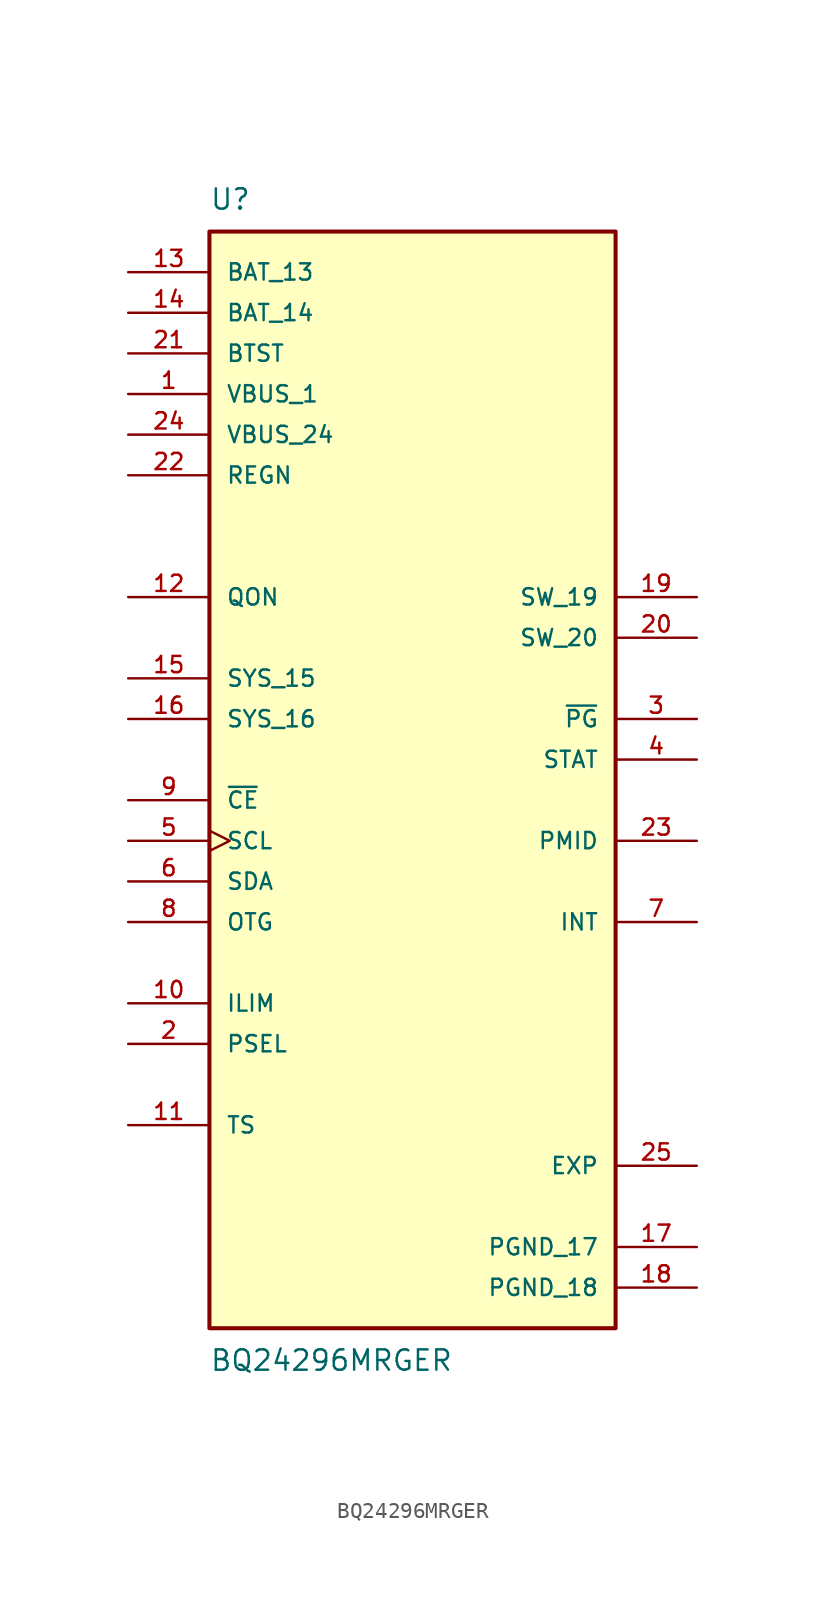
<source format=kicad_sym>
(kicad_symbol_lib
  (version 20211014)
  (generator kicad_symbol_editor)
  (symbol "BQ24296MRGER"
    (pin_names
      (offset 1.016))
    (property "Reference" "U"
      (at -12.7 34.29 0.0)
      (effects (font (size 1.27 1.27)) (justify bottom left)))
    (property "Value" "BQ24296MRGER"
      (at -12.7 -36.83 0.0)
      (effects (font (size 1.27 1.27)) (justify top left)))
    (symbol "BQ24296MRGER_0_0"
      (rectangle (start -12.7 -35.56) (end 12.7 33.02) (stroke (width 0.254)) (fill (type background)))
      (pin power_in line (at -17.78 22.86 0) (length 5.08) (name "VBUS_1" (effects (font (size 1.016 1.016)))) (number "1" (effects (font (size 1.016 1.016)))))
      (pin input line (at -17.78 -17.78 0) (length 5.08) (name "PSEL" (effects (font (size 1.016 1.016)))) (number "2" (effects (font (size 1.016 1.016)))))
      (pin output line (at 17.78 2.54 180.0) (length 5.08) (name "~{PG}" (effects (font (size 1.016 1.016)))) (number "3" (effects (font (size 1.016 1.016)))))
      (pin output line (at 17.78 0.0 180.0) (length 5.08) (name "STAT" (effects (font (size 1.016 1.016)))) (number "4" (effects (font (size 1.016 1.016)))))
      (pin input clock (at -17.78 -5.08 0) (length 5.08) (name "SCL" (effects (font (size 1.016 1.016)))) (number "5" (effects (font (size 1.016 1.016)))))
      (pin bidirectional line (at -17.78 -7.62 0) (length 5.08) (name "SDA" (effects (font (size 1.016 1.016)))) (number "6" (effects (font (size 1.016 1.016)))))
      (pin output line (at 17.78 -10.16 180.0) (length 5.08) (name "INT" (effects (font (size 1.016 1.016)))) (number "7" (effects (font (size 1.016 1.016)))))
      (pin input line (at -17.78 -10.16 0) (length 5.08) (name "OTG" (effects (font (size 1.016 1.016)))) (number "8" (effects (font (size 1.016 1.016)))))
      (pin input line (at -17.78 -2.54 0) (length 5.08) (name "~{CE}" (effects (font (size 1.016 1.016)))) (number "9" (effects (font (size 1.016 1.016)))))
      (pin input line (at -17.78 -15.24 0) (length 5.08) (name "ILIM" (effects (font (size 1.016 1.016)))) (number "10" (effects (font (size 1.016 1.016)))))
      (pin input line (at -17.78 -22.86 0) (length 5.08) (name "TS" (effects (font (size 1.016 1.016)))) (number "11" (effects (font (size 1.016 1.016)))))
      (pin input line (at -17.78 10.16 0) (length 5.08) (name "QON" (effects (font (size 1.016 1.016)))) (number "12" (effects (font (size 1.016 1.016)))))
      (pin power_in line (at -17.78 30.48 0) (length 5.08) (name "BAT_13" (effects (font (size 1.016 1.016)))) (number "13" (effects (font (size 1.016 1.016)))))
      (pin input line (at -17.78 5.08 0) (length 5.08) (name "SYS_15" (effects (font (size 1.016 1.016)))) (number "15" (effects (font (size 1.016 1.016)))))
      (pin power_in line (at 17.78 -30.48 180.0) (length 5.08) (name "PGND_17" (effects (font (size 1.016 1.016)))) (number "17" (effects (font (size 1.016 1.016)))))
      (pin output line (at 17.78 10.16 180.0) (length 5.08) (name "SW_19" (effects (font (size 1.016 1.016)))) (number "19" (effects (font (size 1.016 1.016)))))
      (pin power_in line (at -17.78 25.4 0) (length 5.08) (name "BTST" (effects (font (size 1.016 1.016)))) (number "21" (effects (font (size 1.016 1.016)))))
      (pin power_in line (at -17.78 17.78 0) (length 5.08) (name "REGN" (effects (font (size 1.016 1.016)))) (number "22" (effects (font (size 1.016 1.016)))))
      (pin output line (at 17.78 -5.08 180.0) (length 5.08) (name "PMID" (effects (font (size 1.016 1.016)))) (number "23" (effects (font (size 1.016 1.016)))))
      (pin power_in line (at 17.78 -25.4 180.0) (length 5.08) (name "EXP" (effects (font (size 1.016 1.016)))) (number "25" (effects (font (size 1.016 1.016)))))
      (pin power_in line (at -17.78 20.32 0) (length 5.08) (name "VBUS_24" (effects (font (size 1.016 1.016)))) (number "24" (effects (font (size 1.016 1.016)))))
      (pin power_in line (at -17.78 27.94 0) (length 5.08) (name "BAT_14" (effects (font (size 1.016 1.016)))) (number "14" (effects (font (size 1.016 1.016)))))
      (pin input line (at -17.78 2.54 0) (length 5.08) (name "SYS_16" (effects (font (size 1.016 1.016)))) (number "16" (effects (font (size 1.016 1.016)))))
      (pin power_in line (at 17.78 -33.02 180.0) (length 5.08) (name "PGND_18" (effects (font (size 1.016 1.016)))) (number "18" (effects (font (size 1.016 1.016)))))
      (pin output line (at 17.78 7.62 180.0) (length 5.08) (name "SW_20" (effects (font (size 1.016 1.016)))) (number "20" (effects (font (size 1.016 1.016))))))))
</source>
